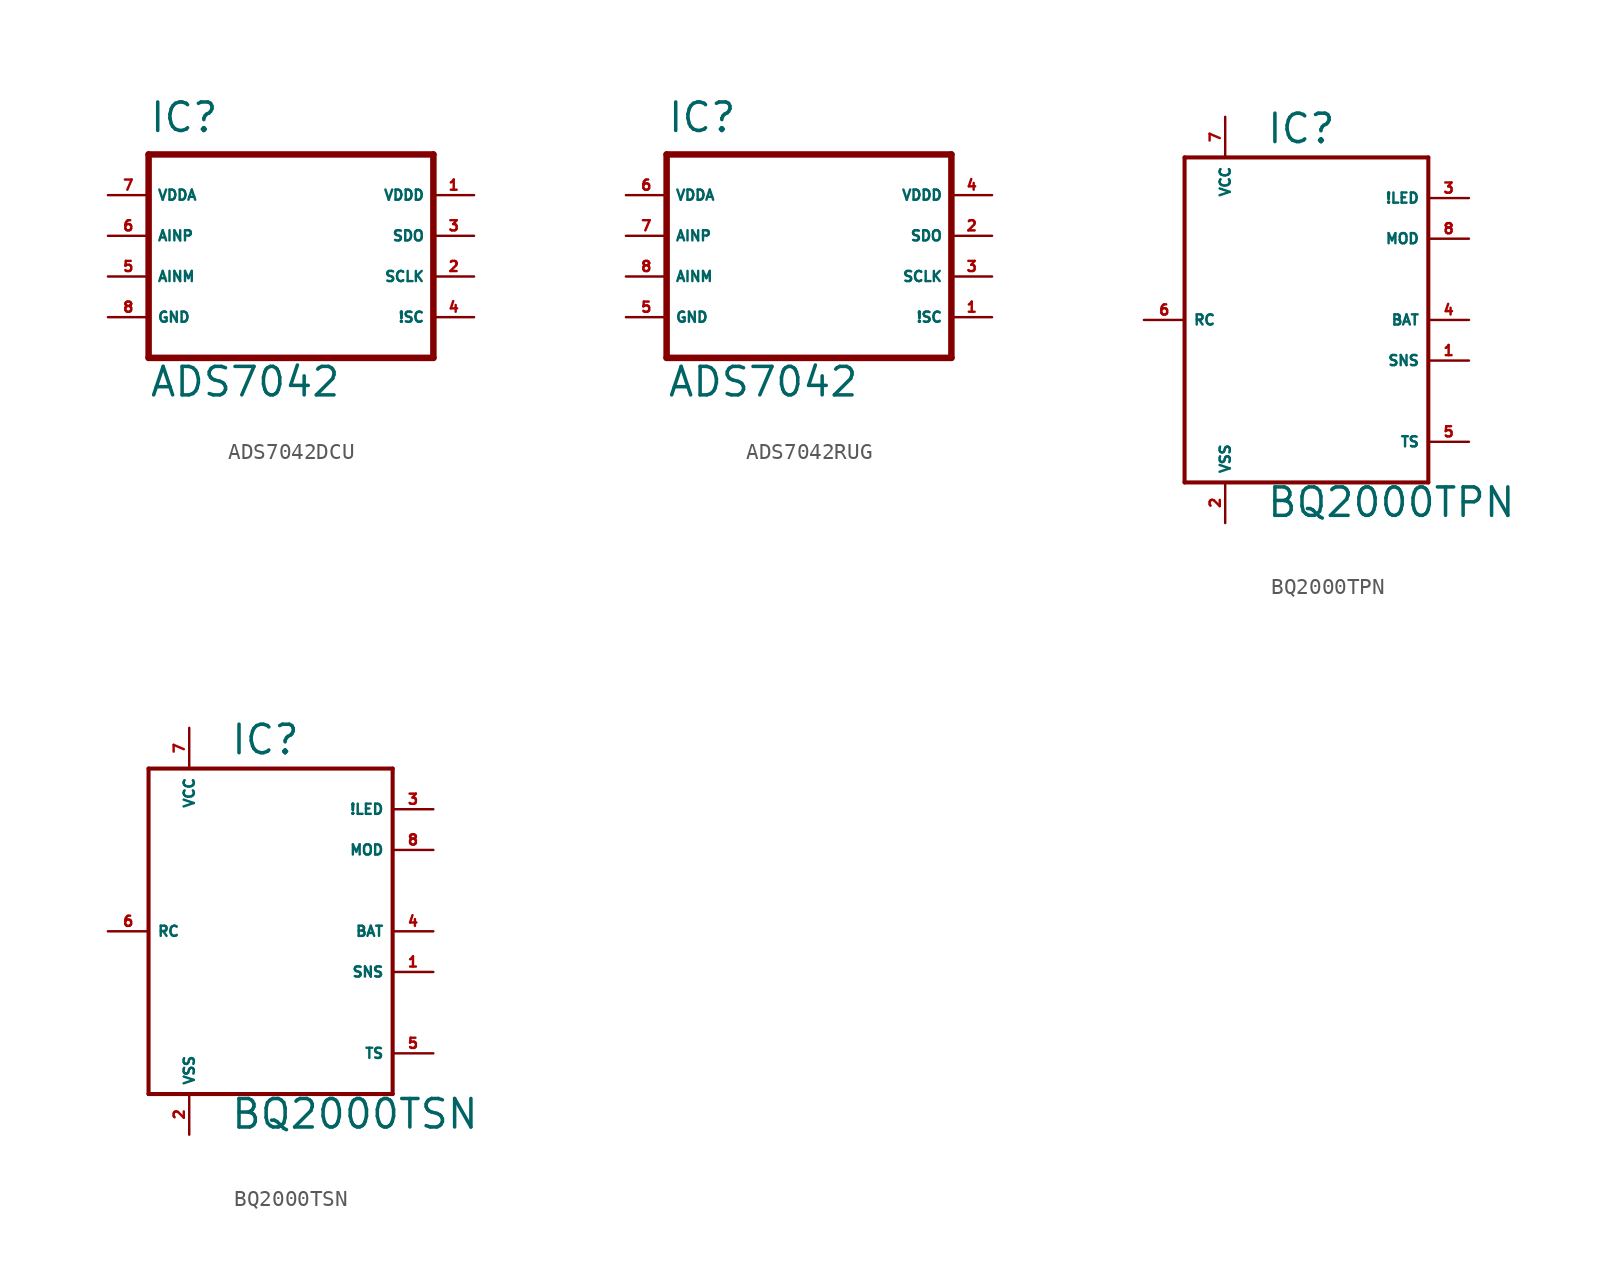
<source format=kicad_sym>
(kicad_symbol_lib
  (version 20220914)
  (generator Eagle2Kicad)
  (symbol "ADS7042DCU"
    (property "Reference" "IC"
      (at -7.62 6.35 0)
      (effects (font (size 1.778 1.778) (thickness 0.22)) (justify left bottom)))
    (property "Value" "ADS7042"
      (at -7.62 -10.16 0)
      (effects (font (size 1.778 1.778) (thickness 0.22)) (justify left bottom)))
    (polyline
      (pts (xy -7.62 5.08) (xy 10.16 5.08))
      (stroke (width 0.406) (type default))
      (fill (type none)))
    (polyline
      (pts (xy 10.16 5.08) (xy 10.16 -7.62))
      (stroke (width 0.406) (type default))
      (fill (type none)))
    (polyline
      (pts (xy 10.16 -7.62) (xy -7.62 -7.62))
      (stroke (width 0.406) (type default))
      (fill (type none)))
    (polyline
      (pts (xy -7.62 -7.62) (xy -7.62 5.08))
      (stroke (width 0.406) (type default))
      (fill (type none)))
    (pin input line
      (at -10.16 -2.54 0)
      (length 2.54)
      (name "AINM" (effects (font (size 0.635 0.635) (thickness 0.08)) (justify left bottom)))
      (number "5" (effects (font (size 0.635 0.635) (thickness 0.08)) (justify left bottom))))
    (pin input line
      (at -10.16 0 0)
      (length 2.54)
      (name "AINP" (effects (font (size 0.635 0.635) (thickness 0.08)) (justify left bottom)))
      (number "6" (effects (font (size 0.635 0.635) (thickness 0.08)) (justify left bottom))))
    (pin bidirectional line
      (at 12.7 0 180)
      (length 2.54)
      (name "SDO" (effects (font (size 0.635 0.635) (thickness 0.08)) (justify left bottom)))
      (number "3" (effects (font (size 0.635 0.635) (thickness 0.08)) (justify left bottom))))
    (pin input line
      (at 12.7 -2.54 180)
      (length 2.54)
      (name "SCLK" (effects (font (size 0.635 0.635) (thickness 0.08)) (justify left bottom)))
      (number "2" (effects (font (size 0.635 0.635) (thickness 0.08)) (justify left bottom))))
    (pin unspecified line
      (at -10.16 -5.08 0)
      (length 2.54)
      (name "GND" (effects (font (size 0.635 0.635) (thickness 0.08)) (justify left bottom)))
      (number "8" (effects (font (size 0.635 0.635) (thickness 0.08)) (justify left bottom))))
    (pin unspecified line
      (at -10.16 2.54 0)
      (length 2.54)
      (name "VDDA" (effects (font (size 0.635 0.635) (thickness 0.08)) (justify left bottom)))
      (number "7" (effects (font (size 0.635 0.635) (thickness 0.08)) (justify left bottom))))
    (pin unspecified line
      (at 12.7 2.54 180)
      (length 2.54)
      (name "VDDD" (effects (font (size 0.635 0.635) (thickness 0.08)) (justify left bottom)))
      (number "1" (effects (font (size 0.635 0.635) (thickness 0.08)) (justify left bottom))))
    (pin input line
      (at 12.7 -5.08 180)
      (length 2.54)
      (name "!SC" (effects (font (size 0.635 0.635) (thickness 0.08)) (justify left bottom)))
      (number "4" (effects (font (size 0.635 0.635) (thickness 0.08)) (justify left bottom)))))
  (symbol "ADS7042RUG"
    (property "Reference" "IC"
      (at -7.62 6.35 0)
      (effects (font (size 1.778 1.778) (thickness 0.22)) (justify left bottom)))
    (property "Value" "ADS7042"
      (at -7.62 -10.16 0)
      (effects (font (size 1.778 1.778) (thickness 0.22)) (justify left bottom)))
    (polyline
      (pts (xy -7.62 5.08) (xy 10.16 5.08))
      (stroke (width 0.406) (type default))
      (fill (type none)))
    (polyline
      (pts (xy 10.16 5.08) (xy 10.16 -7.62))
      (stroke (width 0.406) (type default))
      (fill (type none)))
    (polyline
      (pts (xy 10.16 -7.62) (xy -7.62 -7.62))
      (stroke (width 0.406) (type default))
      (fill (type none)))
    (polyline
      (pts (xy -7.62 -7.62) (xy -7.62 5.08))
      (stroke (width 0.406) (type default))
      (fill (type none)))
    (pin input line
      (at -10.16 -2.54 0)
      (length 2.54)
      (name "AINM" (effects (font (size 0.635 0.635) (thickness 0.08)) (justify left bottom)))
      (number "8" (effects (font (size 0.635 0.635) (thickness 0.08)) (justify left bottom))))
    (pin input line
      (at -10.16 0 0)
      (length 2.54)
      (name "AINP" (effects (font (size 0.635 0.635) (thickness 0.08)) (justify left bottom)))
      (number "7" (effects (font (size 0.635 0.635) (thickness 0.08)) (justify left bottom))))
    (pin bidirectional line
      (at 12.7 0 180)
      (length 2.54)
      (name "SDO" (effects (font (size 0.635 0.635) (thickness 0.08)) (justify left bottom)))
      (number "2" (effects (font (size 0.635 0.635) (thickness 0.08)) (justify left bottom))))
    (pin input line
      (at 12.7 -2.54 180)
      (length 2.54)
      (name "SCLK" (effects (font (size 0.635 0.635) (thickness 0.08)) (justify left bottom)))
      (number "3" (effects (font (size 0.635 0.635) (thickness 0.08)) (justify left bottom))))
    (pin unspecified line
      (at -10.16 -5.08 0)
      (length 2.54)
      (name "GND" (effects (font (size 0.635 0.635) (thickness 0.08)) (justify left bottom)))
      (number "5" (effects (font (size 0.635 0.635) (thickness 0.08)) (justify left bottom))))
    (pin unspecified line
      (at -10.16 2.54 0)
      (length 2.54)
      (name "VDDA" (effects (font (size 0.635 0.635) (thickness 0.08)) (justify left bottom)))
      (number "6" (effects (font (size 0.635 0.635) (thickness 0.08)) (justify left bottom))))
    (pin unspecified line
      (at 12.7 2.54 180)
      (length 2.54)
      (name "VDDD" (effects (font (size 0.635 0.635) (thickness 0.08)) (justify left bottom)))
      (number "4" (effects (font (size 0.635 0.635) (thickness 0.08)) (justify left bottom))))
    (pin input line
      (at 12.7 -5.08 180)
      (length 2.54)
      (name "!SC" (effects (font (size 0.635 0.635) (thickness 0.08)) (justify left bottom)))
      (number "1" (effects (font (size 0.635 0.635) (thickness 0.08)) (justify left bottom)))))
  (symbol "BQ2000TPN"
    (property "Reference" "IC"
      (at -2.54 10.922 0)
      (effects (font (size 1.778 1.778) (thickness 0.22)) (justify left bottom)))
    (property "Value" "BQ2000TPN"
      (at -2.54 -12.446 0)
      (effects (font (size 1.778 1.778) (thickness 0.22)) (justify left bottom)))
    (polyline
      (pts (xy -7.62 10.16) (xy 7.62 10.16))
      (stroke (width 0.254) (type default))
      (fill (type none)))
    (polyline
      (pts (xy 7.62 10.16) (xy 7.62 -10.16))
      (stroke (width 0.254) (type default))
      (fill (type none)))
    (polyline
      (pts (xy 7.62 -10.16) (xy -7.62 -10.16))
      (stroke (width 0.254) (type default))
      (fill (type none)))
    (polyline
      (pts (xy -7.62 -10.16) (xy -7.62 10.16))
      (stroke (width 0.254) (type default))
      (fill (type none)))
    (pin input line
      (at 10.16 -2.54 180)
      (length 2.54)
      (name "SNS" (effects (font (size 0.635 0.635) (thickness 0.08)) (justify left bottom)))
      (number "1" (effects (font (size 0.635 0.635) (thickness 0.08)) (justify left bottom))))
    (pin unspecified line
      (at -5.08 -12.7 90)
      (length 2.54)
      (name "VSS" (effects (font (size 0.635 0.635) (thickness 0.08)) (justify left bottom)))
      (number "2" (effects (font (size 0.635 0.635) (thickness 0.08)) (justify left bottom))))
    (pin output line
      (at 10.16 7.62 180)
      (length 2.54)
      (name "!LED" (effects (font (size 0.635 0.635) (thickness 0.08)) (justify left bottom)))
      (number "3" (effects (font (size 0.635 0.635) (thickness 0.08)) (justify left bottom))))
    (pin input line
      (at 10.16 0 180)
      (length 2.54)
      (name "BAT" (effects (font (size 0.635 0.635) (thickness 0.08)) (justify left bottom)))
      (number "4" (effects (font (size 0.635 0.635) (thickness 0.08)) (justify left bottom))))
    (pin output line
      (at 10.16 5.08 180)
      (length 2.54)
      (name "MOD" (effects (font (size 0.635 0.635) (thickness 0.08)) (justify left bottom)))
      (number "8" (effects (font (size 0.635 0.635) (thickness 0.08)) (justify left bottom))))
    (pin input line
      (at -5.08 12.7 270)
      (length 2.54)
      (name "VCC" (effects (font (size 0.635 0.635) (thickness 0.08)) (justify left bottom)))
      (number "7" (effects (font (size 0.635 0.635) (thickness 0.08)) (justify left bottom))))
    (pin input line
      (at -10.16 0 0)
      (length 2.54)
      (name "RC" (effects (font (size 0.635 0.635) (thickness 0.08)) (justify left bottom)))
      (number "6" (effects (font (size 0.635 0.635) (thickness 0.08)) (justify left bottom))))
    (pin input line
      (at 10.16 -7.62 180)
      (length 2.54)
      (name "TS" (effects (font (size 0.635 0.635) (thickness 0.08)) (justify left bottom)))
      (number "5" (effects (font (size 0.635 0.635) (thickness 0.08)) (justify left bottom)))))
  (symbol "BQ2000TSN"
    (property "Reference" "IC"
      (at -2.54 10.922 0)
      (effects (font (size 1.778 1.778) (thickness 0.22)) (justify left bottom)))
    (property "Value" "BQ2000TSN"
      (at -2.54 -12.446 0)
      (effects (font (size 1.778 1.778) (thickness 0.22)) (justify left bottom)))
    (polyline
      (pts (xy -7.62 10.16) (xy 7.62 10.16))
      (stroke (width 0.254) (type default))
      (fill (type none)))
    (polyline
      (pts (xy 7.62 10.16) (xy 7.62 -10.16))
      (stroke (width 0.254) (type default))
      (fill (type none)))
    (polyline
      (pts (xy 7.62 -10.16) (xy -7.62 -10.16))
      (stroke (width 0.254) (type default))
      (fill (type none)))
    (polyline
      (pts (xy -7.62 -10.16) (xy -7.62 10.16))
      (stroke (width 0.254) (type default))
      (fill (type none)))
    (pin input line
      (at 10.16 -2.54 180)
      (length 2.54)
      (name "SNS" (effects (font (size 0.635 0.635) (thickness 0.08)) (justify left bottom)))
      (number "1" (effects (font (size 0.635 0.635) (thickness 0.08)) (justify left bottom))))
    (pin unspecified line
      (at -5.08 -12.7 90)
      (length 2.54)
      (name "VSS" (effects (font (size 0.635 0.635) (thickness 0.08)) (justify left bottom)))
      (number "2" (effects (font (size 0.635 0.635) (thickness 0.08)) (justify left bottom))))
    (pin output line
      (at 10.16 7.62 180)
      (length 2.54)
      (name "!LED" (effects (font (size 0.635 0.635) (thickness 0.08)) (justify left bottom)))
      (number "3" (effects (font (size 0.635 0.635) (thickness 0.08)) (justify left bottom))))
    (pin input line
      (at 10.16 0 180)
      (length 2.54)
      (name "BAT" (effects (font (size 0.635 0.635) (thickness 0.08)) (justify left bottom)))
      (number "4" (effects (font (size 0.635 0.635) (thickness 0.08)) (justify left bottom))))
    (pin output line
      (at 10.16 5.08 180)
      (length 2.54)
      (name "MOD" (effects (font (size 0.635 0.635) (thickness 0.08)) (justify left bottom)))
      (number "8" (effects (font (size 0.635 0.635) (thickness 0.08)) (justify left bottom))))
    (pin input line
      (at -5.08 12.7 270)
      (length 2.54)
      (name "VCC" (effects (font (size 0.635 0.635) (thickness 0.08)) (justify left bottom)))
      (number "7" (effects (font (size 0.635 0.635) (thickness 0.08)) (justify left bottom))))
    (pin input line
      (at -10.16 0 0)
      (length 2.54)
      (name "RC" (effects (font (size 0.635 0.635) (thickness 0.08)) (justify left bottom)))
      (number "6" (effects (font (size 0.635 0.635) (thickness 0.08)) (justify left bottom))))
    (pin input line
      (at 10.16 -7.62 180)
      (length 2.54)
      (name "TS" (effects (font (size 0.635 0.635) (thickness 0.08)) (justify left bottom)))
      (number "5" (effects (font (size 0.635 0.635) (thickness 0.08)) (justify left bottom))))))
</source>
